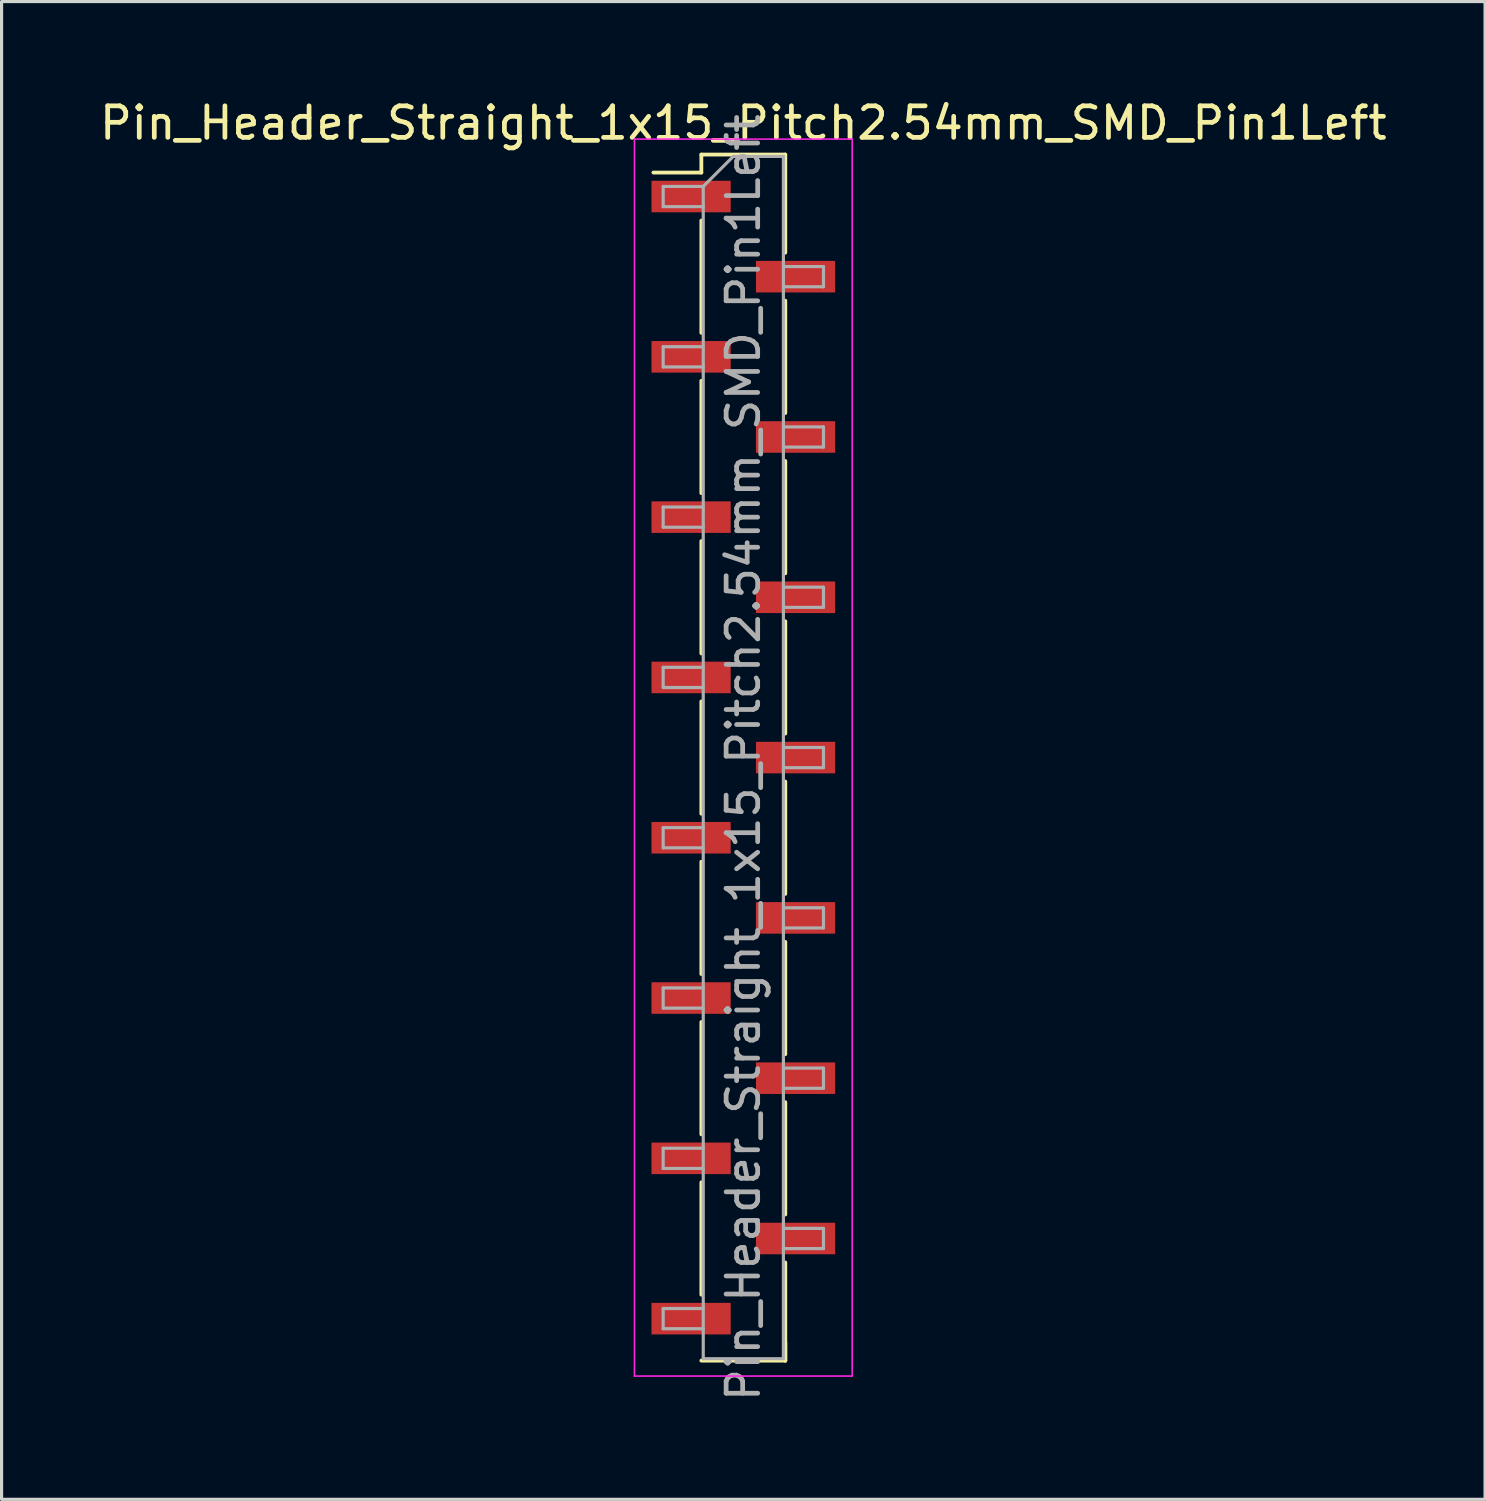
<source format=kicad_pcb>
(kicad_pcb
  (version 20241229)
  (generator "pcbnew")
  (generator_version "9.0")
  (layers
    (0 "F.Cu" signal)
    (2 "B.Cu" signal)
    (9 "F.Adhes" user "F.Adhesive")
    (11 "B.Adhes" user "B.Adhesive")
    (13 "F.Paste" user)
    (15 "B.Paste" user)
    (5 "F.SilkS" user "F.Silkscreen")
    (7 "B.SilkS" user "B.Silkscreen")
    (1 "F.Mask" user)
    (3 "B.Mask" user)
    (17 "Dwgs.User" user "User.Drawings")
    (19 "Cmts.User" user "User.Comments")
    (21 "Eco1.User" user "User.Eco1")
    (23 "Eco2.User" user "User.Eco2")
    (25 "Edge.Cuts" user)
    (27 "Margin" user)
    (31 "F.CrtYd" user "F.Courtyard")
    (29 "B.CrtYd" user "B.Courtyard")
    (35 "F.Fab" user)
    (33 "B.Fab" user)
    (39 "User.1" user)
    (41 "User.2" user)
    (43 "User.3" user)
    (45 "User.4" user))
  (footprint "Pin_Header_Straight_1x15_Pitch2.54mm_SMD_Pin1Left"
    (layer "F.Cu")
    (at 20.506 20.958)
    (property "Reference" "Pin_Header_Straight_1x15_Pitch2.54mm_SMD_Pin1Left" (at 0 -20.11 0) (layer "F.SilkS") (effects (font (size 1 1) (thickness 0.15))))
    (attr smd)
    (fp_line (start -1.33 -19.11) (end -1.33 -18.54) (stroke (width 0.12) (type solid)) (layer "F.SilkS"))
    (fp_line (start -1.33 -19.11) (end 1.33 -19.11) (stroke (width 0.12) (type solid)) (layer "F.SilkS"))
    (fp_line (start -1.33 -18.54) (end -2.85 -18.54) (stroke (width 0.12) (type solid)) (layer "F.SilkS"))
    (fp_line (start -1.33 -17.02) (end -1.33 -13.46) (stroke (width 0.12) (type solid)) (layer "F.SilkS"))
    (fp_line (start -1.33 -11.94) (end -1.33 -8.38) (stroke (width 0.12) (type solid)) (layer "F.SilkS"))
    (fp_line (start -1.33 -6.86) (end -1.33 -3.3) (stroke (width 0.12) (type solid)) (layer "F.SilkS"))
    (fp_line (start -1.33 -1.78) (end -1.33 1.78) (stroke (width 0.12) (type solid)) (layer "F.SilkS"))
    (fp_line (start -1.33 3.3) (end -1.33 6.86) (stroke (width 0.12) (type solid)) (layer "F.SilkS"))
    (fp_line (start -1.33 8.38) (end -1.33 11.94) (stroke (width 0.12) (type solid)) (layer "F.SilkS"))
    (fp_line (start -1.33 13.46) (end -1.33 17.02) (stroke (width 0.12) (type solid)) (layer "F.SilkS"))
    (fp_line (start -1.33 19.11) (end 1.33 19.11) (stroke (width 0.12) (type solid)) (layer "F.SilkS"))
    (fp_line (start 1.33 -19.11) (end 1.33 -16) (stroke (width 0.12) (type solid)) (layer "F.SilkS"))
    (fp_line (start 1.33 -14.48) (end 1.33 -10.92) (stroke (width 0.12) (type solid)) (layer "F.SilkS"))
    (fp_line (start 1.33 -9.4) (end 1.33 -5.84) (stroke (width 0.12) (type solid)) (layer "F.SilkS"))
    (fp_line (start 1.33 -4.32) (end 1.33 -0.76) (stroke (width 0.12) (type solid)) (layer "F.SilkS"))
    (fp_line (start 1.33 0.76) (end 1.33 4.32) (stroke (width 0.12) (type solid)) (layer "F.SilkS"))
    (fp_line (start 1.33 5.84) (end 1.33 9.4) (stroke (width 0.12) (type solid)) (layer "F.SilkS"))
    (fp_line (start 1.33 10.92) (end 1.33 14.48) (stroke (width 0.12) (type solid)) (layer "F.SilkS"))
    (fp_line (start 1.33 16) (end 1.33 19.11) (stroke (width 0.12) (type solid)) (layer "F.SilkS"))
    (fp_line (start 1.33 18.54) (end 1.33 19.11) (stroke (width 0.12) (type solid)) (layer "F.SilkS"))
    (fp_line (start -3.45 -19.6) (end -3.45 19.6) (stroke (width 0.05) (type solid)) (layer "F.CrtYd"))
    (fp_line (start -3.45 19.6) (end 3.45 19.6) (stroke (width 0.05) (type solid)) (layer "F.CrtYd"))
    (fp_line (start 3.45 -19.6) (end -3.45 -19.6) (stroke (width 0.05) (type solid)) (layer "F.CrtYd"))
    (fp_line (start 3.45 19.6) (end 3.45 -19.6) (stroke (width 0.05) (type solid)) (layer "F.CrtYd"))
    (fp_line (start -2.54 -18.1) (end -2.54 -17.46) (stroke (width 0.1) (type solid)) (layer "F.Fab"))
    (fp_line (start -2.54 -17.46) (end -1.27 -17.46) (stroke (width 0.1) (type solid)) (layer "F.Fab"))
    (fp_line (start -2.54 -13.02) (end -2.54 -12.38) (stroke (width 0.1) (type solid)) (layer "F.Fab"))
    (fp_line (start -2.54 -12.38) (end -1.27 -12.38) (stroke (width 0.1) (type solid)) (layer "F.Fab"))
    (fp_line (start -2.54 -7.94) (end -2.54 -7.3) (stroke (width 0.1) (type solid)) (layer "F.Fab"))
    (fp_line (start -2.54 -7.3) (end -1.27 -7.3) (stroke (width 0.1) (type solid)) (layer "F.Fab"))
    (fp_line (start -2.54 -2.86) (end -2.54 -2.22) (stroke (width 0.1) (type solid)) (layer "F.Fab"))
    (fp_line (start -2.54 -2.22) (end -1.27 -2.22) (stroke (width 0.1) (type solid)) (layer "F.Fab"))
    (fp_line (start -2.54 2.22) (end -2.54 2.86) (stroke (width 0.1) (type solid)) (layer "F.Fab"))
    (fp_line (start -2.54 2.86) (end -1.27 2.86) (stroke (width 0.1) (type solid)) (layer "F.Fab"))
    (fp_line (start -2.54 7.3) (end -2.54 7.94) (stroke (width 0.1) (type solid)) (layer "F.Fab"))
    (fp_line (start -2.54 7.94) (end -1.27 7.94) (stroke (width 0.1) (type solid)) (layer "F.Fab"))
    (fp_line (start -2.54 12.38) (end -2.54 13.02) (stroke (width 0.1) (type solid)) (layer "F.Fab"))
    (fp_line (start -2.54 13.02) (end -1.27 13.02) (stroke (width 0.1) (type solid)) (layer "F.Fab"))
    (fp_line (start -2.54 17.46) (end -2.54 18.1) (stroke (width 0.1) (type solid)) (layer "F.Fab"))
    (fp_line (start -2.54 18.1) (end -1.27 18.1) (stroke (width 0.1) (type solid)) (layer "F.Fab"))
    (fp_line (start -1.27 -18.1) (end -2.54 -18.1) (stroke (width 0.1) (type solid)) (layer "F.Fab"))
    (fp_line (start -1.27 -18.1) (end -0.32 -19.05) (stroke (width 0.1) (type solid)) (layer "F.Fab"))
    (fp_line (start -1.27 -13.02) (end -2.54 -13.02) (stroke (width 0.1) (type solid)) (layer "F.Fab"))
    (fp_line (start -1.27 -7.94) (end -2.54 -7.94) (stroke (width 0.1) (type solid)) (layer "F.Fab"))
    (fp_line (start -1.27 -2.86) (end -2.54 -2.86) (stroke (width 0.1) (type solid)) (layer "F.Fab"))
    (fp_line (start -1.27 2.22) (end -2.54 2.22) (stroke (width 0.1) (type solid)) (layer "F.Fab"))
    (fp_line (start -1.27 7.3) (end -2.54 7.3) (stroke (width 0.1) (type solid)) (layer "F.Fab"))
    (fp_line (start -1.27 12.38) (end -2.54 12.38) (stroke (width 0.1) (type solid)) (layer "F.Fab"))
    (fp_line (start -1.27 17.46) (end -2.54 17.46) (stroke (width 0.1) (type solid)) (layer "F.Fab"))
    (fp_line (start -1.27 19.05) (end -1.27 -18.1) (stroke (width 0.1) (type solid)) (layer "F.Fab"))
    (fp_line (start -0.32 -19.05) (end 1.27 -19.05) (stroke (width 0.1) (type solid)) (layer "F.Fab"))
    (fp_line (start 1.27 -19.05) (end 1.27 19.05) (stroke (width 0.1) (type solid)) (layer "F.Fab"))
    (fp_line (start 1.27 -15.56) (end 2.54 -15.56) (stroke (width 0.1) (type solid)) (layer "F.Fab"))
    (fp_line (start 1.27 -10.48) (end 2.54 -10.48) (stroke (width 0.1) (type solid)) (layer "F.Fab"))
    (fp_line (start 1.27 -5.4) (end 2.54 -5.4) (stroke (width 0.1) (type solid)) (layer "F.Fab"))
    (fp_line (start 1.27 -0.32) (end 2.54 -0.32) (stroke (width 0.1) (type solid)) (layer "F.Fab"))
    (fp_line (start 1.27 4.76) (end 2.54 4.76) (stroke (width 0.1) (type solid)) (layer "F.Fab"))
    (fp_line (start 1.27 9.84) (end 2.54 9.84) (stroke (width 0.1) (type solid)) (layer "F.Fab"))
    (fp_line (start 1.27 14.92) (end 2.54 14.92) (stroke (width 0.1) (type solid)) (layer "F.Fab"))
    (fp_line (start 1.27 19.05) (end -1.27 19.05) (stroke (width 0.1) (type solid)) (layer "F.Fab"))
    (fp_line (start 2.54 -15.56) (end 2.54 -14.92) (stroke (width 0.1) (type solid)) (layer "F.Fab"))
    (fp_line (start 2.54 -14.92) (end 1.27 -14.92) (stroke (width 0.1) (type solid)) (layer "F.Fab"))
    (fp_line (start 2.54 -10.48) (end 2.54 -9.84) (stroke (width 0.1) (type solid)) (layer "F.Fab"))
    (fp_line (start 2.54 -9.84) (end 1.27 -9.84) (stroke (width 0.1) (type solid)) (layer "F.Fab"))
    (fp_line (start 2.54 -5.4) (end 2.54 -4.76) (stroke (width 0.1) (type solid)) (layer "F.Fab"))
    (fp_line (start 2.54 -4.76) (end 1.27 -4.76) (stroke (width 0.1) (type solid)) (layer "F.Fab"))
    (fp_line (start 2.54 -0.32) (end 2.54 0.32) (stroke (width 0.1) (type solid)) (layer "F.Fab"))
    (fp_line (start 2.54 0.32) (end 1.27 0.32) (stroke (width 0.1) (type solid)) (layer "F.Fab"))
    (fp_line (start 2.54 4.76) (end 2.54 5.4) (stroke (width 0.1) (type solid)) (layer "F.Fab"))
    (fp_line (start 2.54 5.4) (end 1.27 5.4) (stroke (width 0.1) (type solid)) (layer "F.Fab"))
    (fp_line (start 2.54 9.84) (end 2.54 10.48) (stroke (width 0.1) (type solid)) (layer "F.Fab"))
    (fp_line (start 2.54 10.48) (end 1.27 10.48) (stroke (width 0.1) (type solid)) (layer "F.Fab"))
    (fp_line (start 2.54 14.92) (end 2.54 15.56) (stroke (width 0.1) (type solid)) (layer "F.Fab"))
    (fp_line (start 2.54 15.56) (end 1.27 15.56) (stroke (width 0.1) (type solid)) (layer "F.Fab"))
    (fp_text user "${REFERENCE}" (at 0 0 90) (layer "F.Fab") (effects (font (size 1 1) (thickness 0.15))))
    (pad "1" smd rect (at -1.655 -17.78) (size 2.51 1) (layers "F.Cu" "F.Mask" "F.Paste"))
    (pad "2" smd rect (at 1.655 -15.24) (size 2.51 1) (layers "F.Cu" "F.Mask" "F.Paste"))
    (pad "3" smd rect (at -1.655 -12.7) (size 2.51 1) (layers "F.Cu" "F.Mask" "F.Paste"))
    (pad "4" smd rect (at 1.655 -10.16) (size 2.51 1) (layers "F.Cu" "F.Mask" "F.Paste"))
    (pad "5" smd rect (at -1.655 -7.62) (size 2.51 1) (layers "F.Cu" "F.Mask" "F.Paste"))
    (pad "6" smd rect (at 1.655 -5.08) (size 2.51 1) (layers "F.Cu" "F.Mask" "F.Paste"))
    (pad "7" smd rect (at -1.655 -2.54) (size 2.51 1) (layers "F.Cu" "F.Mask" "F.Paste"))
    (pad "8" smd rect (at 1.655 0) (size 2.51 1) (layers "F.Cu" "F.Mask" "F.Paste"))
    (pad "9" smd rect (at -1.655 2.54) (size 2.51 1) (layers "F.Cu" "F.Mask" "F.Paste"))
    (pad "10" smd rect (at 1.655 5.08) (size 2.51 1) (layers "F.Cu" "F.Mask" "F.Paste"))
    (pad "11" smd rect (at -1.655 7.62) (size 2.51 1) (layers "F.Cu" "F.Mask" "F.Paste"))
    (pad "12" smd rect (at 1.655 10.16) (size 2.51 1) (layers "F.Cu" "F.Mask" "F.Paste"))
    (pad "13" smd rect (at -1.655 12.7) (size 2.51 1) (layers "F.Cu" "F.Mask" "F.Paste"))
    (pad "14" smd rect (at 1.655 15.24) (size 2.51 1) (layers "F.Cu" "F.Mask" "F.Paste"))
    (pad "15" smd rect (at -1.655 17.78) (size 2.51 1) (layers "F.Cu" "F.Mask" "F.Paste")))
  (gr_rect
    (start -3 -3)
    (end 44.012 44.464)
    (stroke (width 0.1) (type default))
    (fill no)
    (layer "Edge.Cuts")))
</source>
